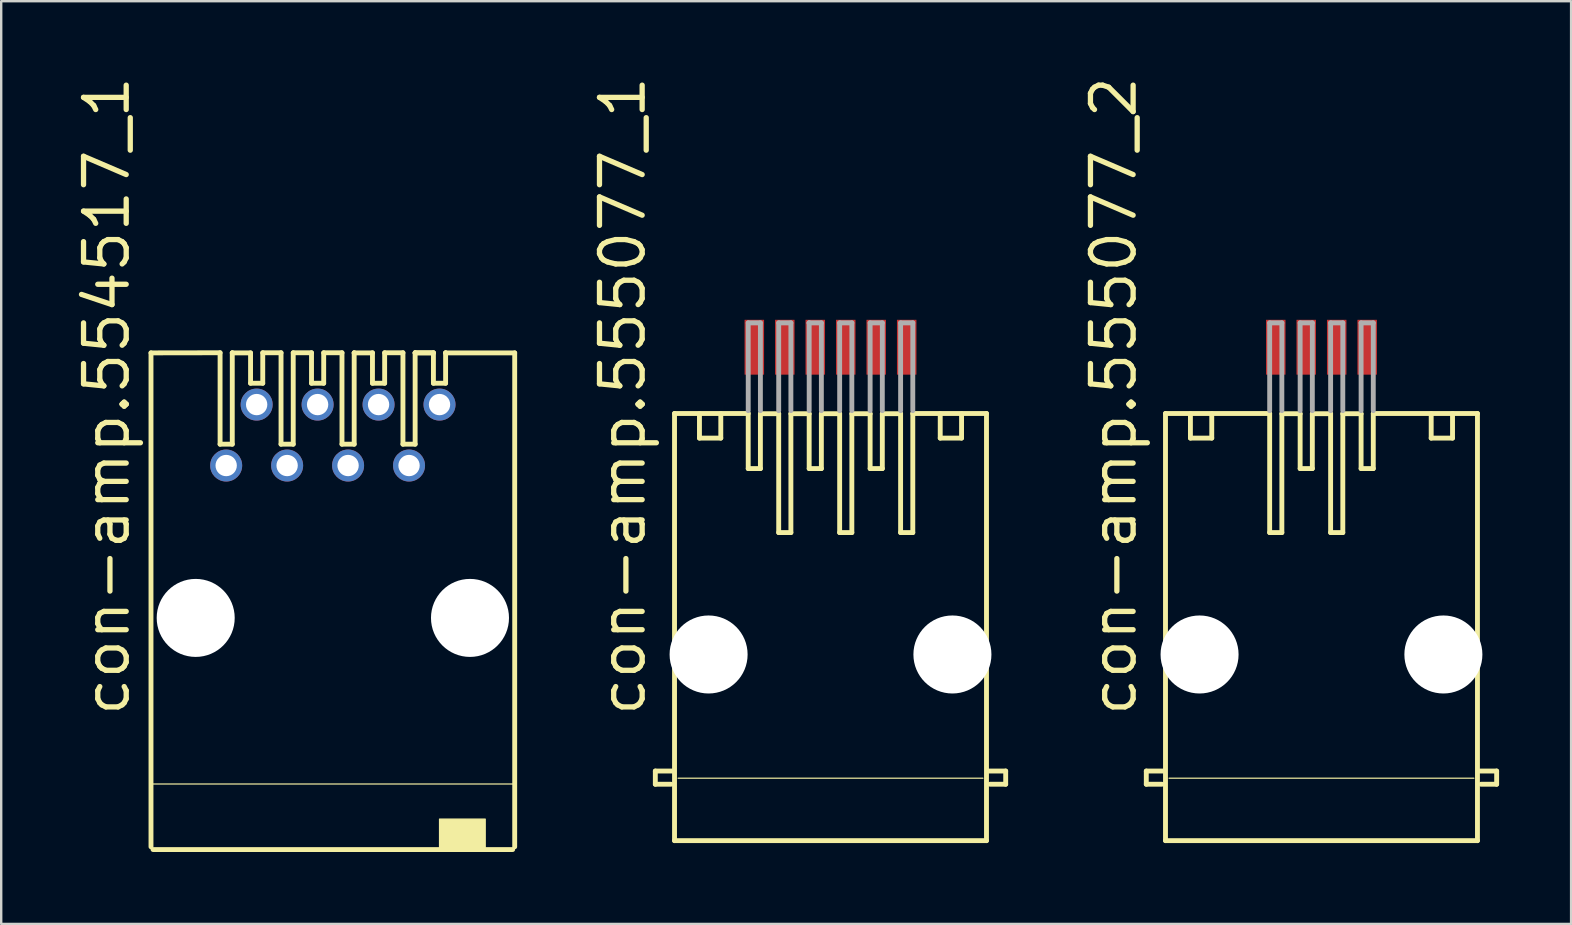
<source format=kicad_pcb>
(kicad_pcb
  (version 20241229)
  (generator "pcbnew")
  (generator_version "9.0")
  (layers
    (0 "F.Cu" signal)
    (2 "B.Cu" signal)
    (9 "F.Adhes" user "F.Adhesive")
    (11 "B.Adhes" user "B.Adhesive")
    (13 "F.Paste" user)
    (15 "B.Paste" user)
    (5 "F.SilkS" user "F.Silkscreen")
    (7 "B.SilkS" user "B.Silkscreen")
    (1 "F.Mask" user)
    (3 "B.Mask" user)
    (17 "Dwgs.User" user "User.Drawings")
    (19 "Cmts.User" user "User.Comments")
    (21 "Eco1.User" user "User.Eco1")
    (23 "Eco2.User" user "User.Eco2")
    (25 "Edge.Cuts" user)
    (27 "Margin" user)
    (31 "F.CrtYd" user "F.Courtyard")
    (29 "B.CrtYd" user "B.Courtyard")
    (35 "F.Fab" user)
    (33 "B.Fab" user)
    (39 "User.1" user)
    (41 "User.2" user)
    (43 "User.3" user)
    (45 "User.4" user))
  (footprint "con-amp.555077_1"
    (layer "F.Cu")
    (at 31.558 24.223)
    (property "Reference" "con-amp.555077_1" (at -7.62 2.667 90) (layer "F.SilkS") (effects (font (size 1.778 1.778) (thickness 0.22)) (justify left bottom)))
    (attr smd)
    (fp_line (start -7.3 4.857) (end -6.6 4.857) (stroke (width 0.203) (type default)) (layer "F.SilkS"))
    (fp_line (start -7.3 5.407) (end -7.3 4.857) (stroke (width 0.203) (type default)) (layer "F.SilkS"))
    (fp_line (start -6.65 5.407) (end -7.3 5.407) (stroke (width 0.203) (type default)) (layer "F.SilkS"))
    (fp_line (start -6.5 -10.043) (end -3.429 -10.043) (stroke (width 0.203) (type default)) (layer "F.SilkS"))
    (fp_line (start -6.5 7.757) (end -6.5 -10.043) (stroke (width 0.203) (type default)) (layer "F.SilkS"))
    (fp_line (start -6.35 5.156) (end 6.35 5.156) (stroke (width 0.051) (type default)) (layer "F.SilkS"))
    (fp_line (start -5.461 -10.033) (end -5.461 -9.017) (stroke (width 0.203) (type default)) (layer "F.SilkS"))
    (fp_line (start -5.461 -9.017) (end -4.572 -9.017) (stroke (width 0.203) (type default)) (layer "F.SilkS"))
    (fp_line (start -4.572 -9.017) (end -4.572 -10.033) (stroke (width 0.203) (type default)) (layer "F.SilkS"))
    (fp_line (start -3.429 -10.043) (end -3.429 -7.747) (stroke (width 0.203) (type default)) (layer "F.SilkS"))
    (fp_line (start -2.921 -10.033) (end -2.921 -7.747) (stroke (width 0.203) (type default)) (layer "F.SilkS"))
    (fp_line (start -2.921 -10.033) (end -2.159 -10.033) (stroke (width 0.203) (type default)) (layer "F.SilkS"))
    (fp_line (start -2.921 -7.747) (end -3.429 -7.747) (stroke (width 0.203) (type default)) (layer "F.SilkS"))
    (fp_line (start -2.159 -5.08) (end -2.159 -10.033) (stroke (width 0.203) (type default)) (layer "F.SilkS"))
    (fp_line (start -1.651 -10.033) (end -0.889 -10.033) (stroke (width 0.203) (type default)) (layer "F.SilkS"))
    (fp_line (start -1.651 -5.08) (end -2.159 -5.08) (stroke (width 0.203) (type default)) (layer "F.SilkS"))
    (fp_line (start -1.651 -5.08) (end -1.651 -10.043) (stroke (width 0.203) (type default)) (layer "F.SilkS"))
    (fp_line (start -0.889 -10.033) (end -0.889 -7.747) (stroke (width 0.203) (type default)) (layer "F.SilkS"))
    (fp_line (start -0.381 -10.033) (end -0.381 -7.747) (stroke (width 0.203) (type default)) (layer "F.SilkS"))
    (fp_line (start -0.381 -10.033) (end 0.381 -10.033) (stroke (width 0.203) (type default)) (layer "F.SilkS"))
    (fp_line (start -0.381 -7.747) (end -0.889 -7.747) (stroke (width 0.203) (type default)) (layer "F.SilkS"))
    (fp_line (start 0.381 -5.08) (end 0.381 -10.033) (stroke (width 0.203) (type default)) (layer "F.SilkS"))
    (fp_line (start 0.889 -10.033) (end 1.651 -10.033) (stroke (width 0.203) (type default)) (layer "F.SilkS"))
    (fp_line (start 0.889 -5.08) (end 0.381 -5.08) (stroke (width 0.203) (type default)) (layer "F.SilkS"))
    (fp_line (start 0.889 -5.08) (end 0.889 -10.043) (stroke (width 0.203) (type default)) (layer "F.SilkS"))
    (fp_line (start 1.651 -10.033) (end 1.651 -7.747) (stroke (width 0.203) (type default)) (layer "F.SilkS"))
    (fp_line (start 2.159 -10.033) (end 2.159 -7.747) (stroke (width 0.203) (type default)) (layer "F.SilkS"))
    (fp_line (start 2.159 -10.033) (end 2.921 -10.033) (stroke (width 0.203) (type default)) (layer "F.SilkS"))
    (fp_line (start 2.159 -7.747) (end 1.651 -7.747) (stroke (width 0.203) (type default)) (layer "F.SilkS"))
    (fp_line (start 2.921 -5.08) (end 2.921 -10.033) (stroke (width 0.203) (type default)) (layer "F.SilkS"))
    (fp_line (start 3.429 -10.043) (end 6.5 -10.043) (stroke (width 0.203) (type default)) (layer "F.SilkS"))
    (fp_line (start 3.429 -5.08) (end 2.921 -5.08) (stroke (width 0.203) (type default)) (layer "F.SilkS"))
    (fp_line (start 3.429 -5.08) (end 3.429 -10.043) (stroke (width 0.203) (type default)) (layer "F.SilkS"))
    (fp_line (start 4.572 -9.017) (end 4.572 -10.033) (stroke (width 0.203) (type default)) (layer "F.SilkS"))
    (fp_line (start 5.461 -10.033) (end 5.461 -9.017) (stroke (width 0.203) (type default)) (layer "F.SilkS"))
    (fp_line (start 5.461 -9.017) (end 4.572 -9.017) (stroke (width 0.203) (type default)) (layer "F.SilkS"))
    (fp_line (start 6.5 -10.043) (end 6.5 7.757) (stroke (width 0.203) (type default)) (layer "F.SilkS"))
    (fp_line (start 6.5 7.757) (end -6.5 7.757) (stroke (width 0.203) (type default)) (layer "F.SilkS"))
    (fp_line (start 6.65 5.407) (end 7.3 5.407) (stroke (width 0.203) (type default)) (layer "F.SilkS"))
    (fp_line (start 7.3 4.857) (end 6.6 4.857) (stroke (width 0.203) (type default)) (layer "F.SilkS"))
    (fp_line (start 7.3 5.407) (end 7.3 4.857) (stroke (width 0.203) (type default)) (layer "F.SilkS"))
    (fp_line (start -3.429 -13.819) (end -3.429 -10.16) (stroke (width 0.203) (type default)) (layer "F.Fab"))
    (fp_line (start -2.921 -13.819) (end -3.429 -13.819) (stroke (width 0.203) (type default)) (layer "F.Fab"))
    (fp_line (start -2.921 -10.16) (end -2.921 -13.819) (stroke (width 0.203) (type default)) (layer "F.Fab"))
    (fp_line (start -2.159 -13.819) (end -2.159 -10.16) (stroke (width 0.203) (type default)) (layer "F.Fab"))
    (fp_line (start -1.651 -13.819) (end -2.159 -13.819) (stroke (width 0.203) (type default)) (layer "F.Fab"))
    (fp_line (start -1.651 -10.16) (end -1.651 -13.819) (stroke (width 0.203) (type default)) (layer "F.Fab"))
    (fp_line (start -0.889 -13.819) (end -0.896 -13.819) (stroke (width 0.203) (type default)) (layer "F.Fab"))
    (fp_line (start -0.889 -13.819) (end -0.889 -10.16) (stroke (width 0.203) (type default)) (layer "F.Fab"))
    (fp_line (start -0.381 -13.819) (end -0.889 -13.819) (stroke (width 0.203) (type default)) (layer "F.Fab"))
    (fp_line (start -0.381 -10.16) (end -0.381 -13.819) (stroke (width 0.203) (type default)) (layer "F.Fab"))
    (fp_line (start 0.381 -13.819) (end 0.381 -10.16) (stroke (width 0.203) (type default)) (layer "F.Fab"))
    (fp_line (start 0.889 -13.819) (end 0.381 -13.819) (stroke (width 0.203) (type default)) (layer "F.Fab"))
    (fp_line (start 0.889 -10.16) (end 0.889 -13.819) (stroke (width 0.203) (type default)) (layer "F.Fab"))
    (fp_line (start 1.651 -13.819) (end 1.651 -10.16) (stroke (width 0.203) (type default)) (layer "F.Fab"))
    (fp_line (start 2.159 -13.819) (end 1.651 -13.819) (stroke (width 0.203) (type default)) (layer "F.Fab"))
    (fp_line (start 2.159 -10.16) (end 2.159 -13.819) (stroke (width 0.203) (type default)) (layer "F.Fab"))
    (fp_line (start 2.921 -13.819) (end 2.921 -10.16) (stroke (width 0.203) (type default)) (layer "F.Fab"))
    (fp_line (start 3.429 -13.819) (end 2.921 -13.819) (stroke (width 0.203) (type default)) (layer "F.Fab"))
    (fp_line (start 3.429 -10.16) (end 3.429 -13.819) (stroke (width 0.203) (type default)) (layer "F.Fab"))
    (pad "" np_thru_hole circle (at -5.08 0) (size 3.251 3.251) (drill 3.251) (layers "*.Cu" "*.Mask"))
    (pad "" np_thru_hole circle (at 5.08 0) (size 3.251 3.251) (drill 3.251) (layers "*.Cu" "*.Mask"))
    (pad "1" smd roundrect (at -3.175 -12.803) (size 0.813 2.286) (layers "F.Cu" "F.Mask" "F.Paste") (roundrect_rratio 0.01))
    (pad "2" smd roundrect (at -1.905 -12.803) (size 0.813 2.286) (layers "F.Cu" "F.Mask" "F.Paste") (roundrect_rratio 0.01))
    (pad "3" smd roundrect (at -0.635 -12.803) (size 0.813 2.286) (layers "F.Cu" "F.Mask" "F.Paste") (roundrect_rratio 0.01))
    (pad "4" smd roundrect (at 0.635 -12.803) (size 0.813 2.286) (layers "F.Cu" "F.Mask" "F.Paste") (roundrect_rratio 0.01))
    (pad "5" smd roundrect (at 1.905 -12.803) (size 0.813 2.286) (layers "F.Cu" "F.Mask" "F.Paste") (roundrect_rratio 0.01))
    (pad "6" smd roundrect (at 3.175 -12.803) (size 0.813 2.286) (layers "F.Cu" "F.Mask" "F.Paste") (roundrect_rratio 0.01)))
  (footprint "con-amp.554517_1"
    (layer "F.Cu")
    (at 10.82 22.699)
    (property "Reference" "con-amp.554517_1" (at -8.382 4.191 90) (layer "F.SilkS") (effects (font (size 1.778 1.778) (thickness 0.22)) (justify left bottom)))
    (attr through_hole)
    (fp_line (start -7.578 -11.044) (end -4.699 -11.049) (stroke (width 0.203) (type default)) (layer "F.SilkS"))
    (fp_line (start -7.578 9.538) (end -7.578 -11.044) (stroke (width 0.203) (type default)) (layer "F.SilkS"))
    (fp_line (start -4.699 -11.049) (end -4.699 -7.239) (stroke (width 0.203) (type default)) (layer "F.SilkS"))
    (fp_line (start -4.699 -7.239) (end -4.191 -7.239) (stroke (width 0.203) (type default)) (layer "F.SilkS"))
    (fp_line (start -4.191 -11.049) (end -4.191 -11.044) (stroke (width 0.203) (type default)) (layer "F.SilkS"))
    (fp_line (start -4.191 -11.044) (end -4.191 -7.239) (stroke (width 0.203) (type default)) (layer "F.SilkS"))
    (fp_line (start -4.191 -11.044) (end -3.429 -11.044) (stroke (width 0.203) (type default)) (layer "F.SilkS"))
    (fp_line (start -3.429 -11.044) (end -3.429 -9.779) (stroke (width 0.203) (type default)) (layer "F.SilkS"))
    (fp_line (start -3.429 -9.779) (end -2.921 -9.779) (stroke (width 0.203) (type default)) (layer "F.SilkS"))
    (fp_line (start -2.921 -11.049) (end -2.921 -9.779) (stroke (width 0.203) (type default)) (layer "F.SilkS"))
    (fp_line (start -2.921 -11.049) (end -2.159 -11.049) (stroke (width 0.203) (type default)) (layer "F.SilkS"))
    (fp_line (start -2.159 -11.049) (end -2.159 -7.239) (stroke (width 0.203) (type default)) (layer "F.SilkS"))
    (fp_line (start -2.159 -7.239) (end -1.651 -7.239) (stroke (width 0.203) (type default)) (layer "F.SilkS"))
    (fp_line (start -1.651 -11.049) (end -1.651 -7.239) (stroke (width 0.203) (type default)) (layer "F.SilkS"))
    (fp_line (start -1.651 -11.049) (end -0.889 -11.049) (stroke (width 0.203) (type default)) (layer "F.SilkS"))
    (fp_line (start -0.889 -11.049) (end -0.889 -9.779) (stroke (width 0.203) (type default)) (layer "F.SilkS"))
    (fp_line (start -0.889 -9.779) (end -0.381 -9.779) (stroke (width 0.203) (type default)) (layer "F.SilkS"))
    (fp_line (start -0.381 -11.049) (end -0.381 -9.779) (stroke (width 0.203) (type default)) (layer "F.SilkS"))
    (fp_line (start -0.381 -11.049) (end 0.381 -11.049) (stroke (width 0.203) (type default)) (layer "F.SilkS"))
    (fp_line (start 0.381 -11.049) (end 0.381 -7.239) (stroke (width 0.203) (type default)) (layer "F.SilkS"))
    (fp_line (start 0.381 -7.239) (end 0.889 -7.239) (stroke (width 0.203) (type default)) (layer "F.SilkS"))
    (fp_line (start 0.889 -11.049) (end 0.889 -11.044) (stroke (width 0.203) (type default)) (layer "F.SilkS"))
    (fp_line (start 0.889 -11.044) (end 0.889 -7.239) (stroke (width 0.203) (type default)) (layer "F.SilkS"))
    (fp_line (start 0.889 -11.044) (end 1.651 -11.044) (stroke (width 0.203) (type default)) (layer "F.SilkS"))
    (fp_line (start 1.651 -11.049) (end 1.651 -9.779) (stroke (width 0.203) (type default)) (layer "F.SilkS"))
    (fp_line (start 1.651 -9.779) (end 2.159 -9.779) (stroke (width 0.203) (type default)) (layer "F.SilkS"))
    (fp_line (start 2.159 -11.049) (end 2.159 -9.779) (stroke (width 0.203) (type default)) (layer "F.SilkS"))
    (fp_line (start 2.159 -11.049) (end 2.921 -11.049) (stroke (width 0.203) (type default)) (layer "F.SilkS"))
    (fp_line (start 2.921 -11.049) (end 2.921 -7.239) (stroke (width 0.203) (type default)) (layer "F.SilkS"))
    (fp_line (start 2.921 -7.239) (end 3.429 -7.239) (stroke (width 0.203) (type default)) (layer "F.SilkS"))
    (fp_line (start 3.429 -11.049) (end 3.429 -11.044) (stroke (width 0.203) (type default)) (layer "F.SilkS"))
    (fp_line (start 3.429 -11.049) (end 4.191 -11.049) (stroke (width 0.203) (type default)) (layer "F.SilkS"))
    (fp_line (start 3.429 -11.044) (end 3.429 -7.239) (stroke (width 0.203) (type default)) (layer "F.SilkS"))
    (fp_line (start 3.429 -11.044) (end 4.191 -11.044) (stroke (width 0.203) (type default)) (layer "F.SilkS"))
    (fp_line (start 4.191 -11.049) (end 4.191 -9.779) (stroke (width 0.203) (type default)) (layer "F.SilkS"))
    (fp_line (start 4.191 -9.779) (end 4.699 -9.779) (stroke (width 0.203) (type default)) (layer "F.SilkS"))
    (fp_line (start 4.699 -11.049) (end 4.699 -11.044) (stroke (width 0.203) (type default)) (layer "F.SilkS"))
    (fp_line (start 4.699 -11.044) (end 4.699 -9.779) (stroke (width 0.203) (type default)) (layer "F.SilkS"))
    (fp_line (start 4.699 -11.044) (end 7.578 -11.044) (stroke (width 0.203) (type default)) (layer "F.SilkS"))
    (fp_line (start 7.493 9.652) (end -7.493 9.652) (stroke (width 0.203) (type default)) (layer "F.SilkS"))
    (fp_line (start 7.556 6.921) (end -7.556 6.921) (stroke (width 0.051) (type default)) (layer "F.SilkS"))
    (fp_line (start 7.578 -11.044) (end 7.578 9.538) (stroke (width 0.203) (type default)) (layer "F.SilkS"))
    (fp_rect (start 4.445 9.652) (end 6.35 8.382) (stroke (width 0.05) (type default)) (fill yes) (layer "F.SilkS"))
    (pad "" np_thru_hole circle (at -5.715 0) (size 3.251 3.251) (drill 3.251) (layers "*.Cu" "*.Mask"))
    (pad "" np_thru_hole circle (at 5.715 0) (size 3.251 3.251) (drill 3.251) (layers "*.Cu" "*.Mask"))
    (pad "1" thru_hole circle (at -4.445 -6.35) (size 1.333 1.333) (drill 0.889) (layers "*.Cu" "*.Mask"))
    (pad "2" thru_hole circle (at -3.175 -8.89) (size 1.333 1.333) (drill 0.889) (layers "*.Cu" "*.Mask"))
    (pad "3" thru_hole circle (at -1.905 -6.35) (size 1.333 1.333) (drill 0.889) (layers "*.Cu" "*.Mask"))
    (pad "4" thru_hole circle (at -0.635 -8.89) (size 1.333 1.333) (drill 0.889) (layers "*.Cu" "*.Mask"))
    (pad "5" thru_hole circle (at 0.635 -6.35) (size 1.333 1.333) (drill 0.889) (layers "*.Cu" "*.Mask"))
    (pad "6" thru_hole circle (at 1.905 -8.89) (size 1.333 1.333) (drill 0.889) (layers "*.Cu" "*.Mask"))
    (pad "7" thru_hole circle (at 3.175 -6.35) (size 1.333 1.333) (drill 0.889) (layers "*.Cu" "*.Mask"))
    (pad "8" thru_hole circle (at 4.445 -8.89) (size 1.333 1.333) (drill 0.889) (layers "*.Cu" "*.Mask")))
  (footprint "con-amp.555077_2"
    (layer "F.Cu")
    (at 52.017 24.223)
    (property "Reference" "con-amp.555077_2" (at -7.62 2.667 90) (layer "F.SilkS") (effects (font (size 1.778 1.778) (thickness 0.22)) (justify left bottom)))
    (attr smd)
    (fp_line (start -7.3 4.857) (end -6.6 4.857) (stroke (width 0.203) (type default)) (layer "F.SilkS"))
    (fp_line (start -7.3 5.407) (end -7.3 4.857) (stroke (width 0.203) (type default)) (layer "F.SilkS"))
    (fp_line (start -6.65 5.407) (end -7.3 5.407) (stroke (width 0.203) (type default)) (layer "F.SilkS"))
    (fp_line (start -6.5 -10.043) (end -2.159 -10.043) (stroke (width 0.203) (type default)) (layer "F.SilkS"))
    (fp_line (start -6.5 7.757) (end -6.5 -10.043) (stroke (width 0.203) (type default)) (layer "F.SilkS"))
    (fp_line (start -6.35 5.156) (end 6.35 5.156) (stroke (width 0.051) (type default)) (layer "F.SilkS"))
    (fp_line (start -5.461 -10.033) (end -5.461 -9.017) (stroke (width 0.203) (type default)) (layer "F.SilkS"))
    (fp_line (start -5.461 -9.017) (end -4.572 -9.017) (stroke (width 0.203) (type default)) (layer "F.SilkS"))
    (fp_line (start -4.572 -9.017) (end -4.572 -10.033) (stroke (width 0.203) (type default)) (layer "F.SilkS"))
    (fp_line (start -2.159 -5.08) (end -2.159 -10.033) (stroke (width 0.203) (type default)) (layer "F.SilkS"))
    (fp_line (start -1.651 -5.08) (end -2.159 -5.08) (stroke (width 0.203) (type default)) (layer "F.SilkS"))
    (fp_line (start -1.651 -5.08) (end -1.651 -10.043) (stroke (width 0.203) (type default)) (layer "F.SilkS"))
    (fp_line (start -0.889 -10.033) (end -1.651 -10.033) (stroke (width 0.203) (type default)) (layer "F.SilkS"))
    (fp_line (start -0.889 -10.033) (end -0.889 -7.747) (stroke (width 0.203) (type default)) (layer "F.SilkS"))
    (fp_line (start -0.381 -10.033) (end -0.381 -7.747) (stroke (width 0.203) (type default)) (layer "F.SilkS"))
    (fp_line (start -0.381 -7.747) (end -0.889 -7.747) (stroke (width 0.203) (type default)) (layer "F.SilkS"))
    (fp_line (start 0.381 -10.033) (end -0.381 -10.033) (stroke (width 0.203) (type default)) (layer "F.SilkS"))
    (fp_line (start 0.381 -5.08) (end 0.381 -10.033) (stroke (width 0.203) (type default)) (layer "F.SilkS"))
    (fp_line (start 0.889 -5.08) (end 0.381 -5.08) (stroke (width 0.203) (type default)) (layer "F.SilkS"))
    (fp_line (start 0.889 -5.08) (end 0.889 -10.043) (stroke (width 0.203) (type default)) (layer "F.SilkS"))
    (fp_line (start 1.651 -10.033) (end 0.889 -10.033) (stroke (width 0.203) (type default)) (layer "F.SilkS"))
    (fp_line (start 1.651 -10.033) (end 1.651 -7.747) (stroke (width 0.203) (type default)) (layer "F.SilkS"))
    (fp_line (start 2.159 -10.043) (end 6.5 -10.043) (stroke (width 0.203) (type default)) (layer "F.SilkS"))
    (fp_line (start 2.159 -10.033) (end 2.159 -7.747) (stroke (width 0.203) (type default)) (layer "F.SilkS"))
    (fp_line (start 2.159 -7.747) (end 1.651 -7.747) (stroke (width 0.203) (type default)) (layer "F.SilkS"))
    (fp_line (start 4.572 -9.017) (end 4.572 -10.033) (stroke (width 0.203) (type default)) (layer "F.SilkS"))
    (fp_line (start 5.461 -10.033) (end 5.461 -9.017) (stroke (width 0.203) (type default)) (layer "F.SilkS"))
    (fp_line (start 5.461 -9.017) (end 4.572 -9.017) (stroke (width 0.203) (type default)) (layer "F.SilkS"))
    (fp_line (start 6.5 -10.043) (end 6.5 7.757) (stroke (width 0.203) (type default)) (layer "F.SilkS"))
    (fp_line (start 6.5 7.757) (end -6.5 7.757) (stroke (width 0.203) (type default)) (layer "F.SilkS"))
    (fp_line (start 6.65 5.407) (end 7.3 5.407) (stroke (width 0.203) (type default)) (layer "F.SilkS"))
    (fp_line (start 7.3 4.857) (end 6.6 4.857) (stroke (width 0.203) (type default)) (layer "F.SilkS"))
    (fp_line (start 7.3 5.407) (end 7.3 4.857) (stroke (width 0.203) (type default)) (layer "F.SilkS"))
    (fp_line (start -2.159 -13.819) (end -1.651 -13.819) (stroke (width 0.203) (type default)) (layer "F.Fab"))
    (fp_line (start -2.159 -10.16) (end -2.159 -13.819) (stroke (width 0.203) (type default)) (layer "F.Fab"))
    (fp_line (start -1.651 -13.819) (end -1.651 -10.16) (stroke (width 0.203) (type default)) (layer "F.Fab"))
    (fp_line (start -0.889 -13.819) (end -0.381 -13.819) (stroke (width 0.203) (type default)) (layer "F.Fab"))
    (fp_line (start -0.889 -10.16) (end -0.889 -13.819) (stroke (width 0.203) (type default)) (layer "F.Fab"))
    (fp_line (start -0.381 -13.819) (end -0.381 -10.16) (stroke (width 0.203) (type default)) (layer "F.Fab"))
    (fp_line (start 0.381 -13.819) (end 0.889 -13.819) (stroke (width 0.203) (type default)) (layer "F.Fab"))
    (fp_line (start 0.381 -10.16) (end 0.381 -13.819) (stroke (width 0.203) (type default)) (layer "F.Fab"))
    (fp_line (start 0.889 -13.819) (end 0.889 -10.16) (stroke (width 0.203) (type default)) (layer "F.Fab"))
    (fp_line (start 1.651 -13.819) (end 2.159 -13.819) (stroke (width 0.203) (type default)) (layer "F.Fab"))
    (fp_line (start 1.651 -10.16) (end 1.651 -13.819) (stroke (width 0.203) (type default)) (layer "F.Fab"))
    (fp_line (start 2.159 -13.819) (end 2.159 -10.16) (stroke (width 0.203) (type default)) (layer "F.Fab"))
    (pad "" np_thru_hole circle (at -5.08 0) (size 3.251 3.251) (drill 3.251) (layers "*.Cu" "*.Mask"))
    (pad "" np_thru_hole circle (at 5.08 0) (size 3.251 3.251) (drill 3.251) (layers "*.Cu" "*.Mask"))
    (pad "1" smd roundrect (at -1.905 -12.803) (size 0.813 2.286) (layers "F.Cu" "F.Mask" "F.Paste") (roundrect_rratio 0.01))
    (pad "2" smd roundrect (at -0.635 -12.803) (size 0.813 2.286) (layers "F.Cu" "F.Mask" "F.Paste") (roundrect_rratio 0.01))
    (pad "3" smd roundrect (at 0.635 -12.803) (size 0.813 2.286) (layers "F.Cu" "F.Mask" "F.Paste") (roundrect_rratio 0.01))
    (pad "4" smd roundrect (at 1.905 -12.803) (size 0.813 2.286) (layers "F.Cu" "F.Mask" "F.Paste") (roundrect_rratio 0.01)))
  (gr_rect
    (start -3 -3)
    (end 62.419 35.452)
    (stroke (width 0.1) (type default))
    (fill no)
    (layer "Edge.Cuts")))
</source>
